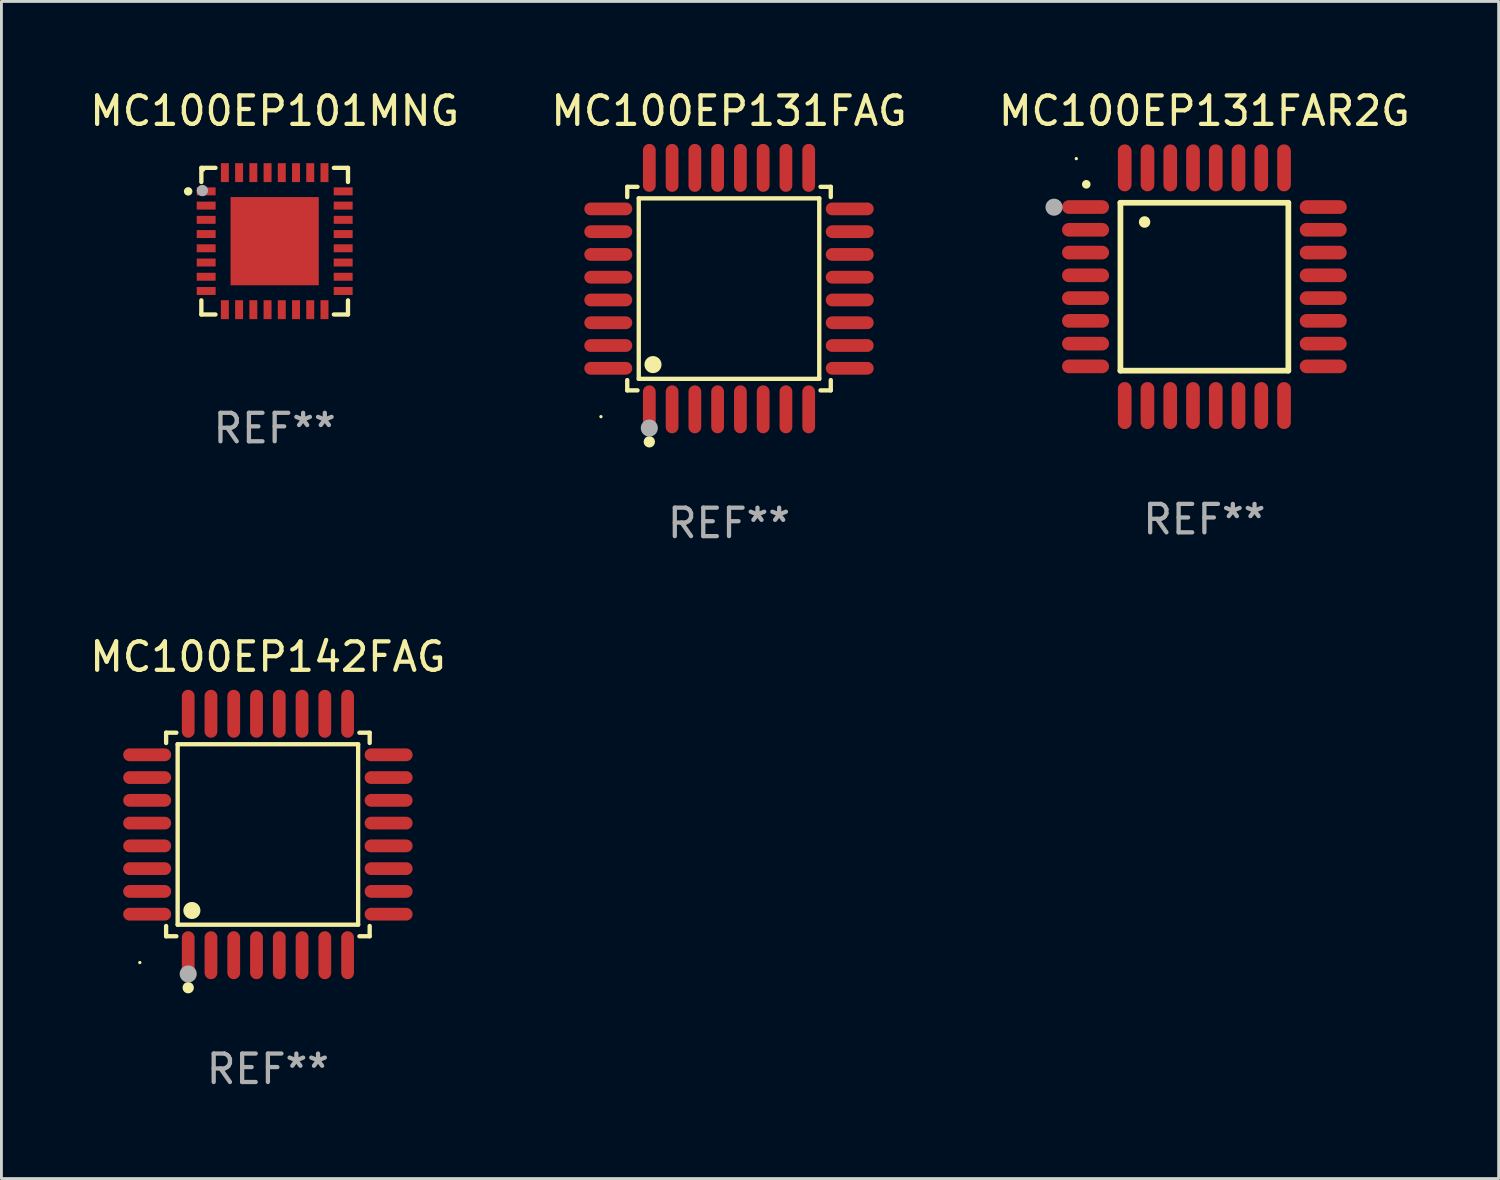
<source format=kicad_pcb>
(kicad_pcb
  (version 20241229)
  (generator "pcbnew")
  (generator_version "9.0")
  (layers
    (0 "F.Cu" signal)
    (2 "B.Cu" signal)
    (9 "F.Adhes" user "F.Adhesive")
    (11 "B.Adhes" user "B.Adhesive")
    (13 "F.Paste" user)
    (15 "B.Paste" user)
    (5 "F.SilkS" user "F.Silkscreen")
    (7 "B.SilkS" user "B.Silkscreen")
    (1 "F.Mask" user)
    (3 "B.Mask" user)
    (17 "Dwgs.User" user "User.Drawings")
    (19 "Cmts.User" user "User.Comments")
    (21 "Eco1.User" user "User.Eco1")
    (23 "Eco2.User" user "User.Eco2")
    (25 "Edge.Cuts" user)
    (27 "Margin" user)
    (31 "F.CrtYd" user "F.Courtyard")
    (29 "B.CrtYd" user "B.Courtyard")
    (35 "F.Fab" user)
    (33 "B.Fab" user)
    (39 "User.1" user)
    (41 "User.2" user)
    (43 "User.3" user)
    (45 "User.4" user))
  (footprint "MC100EP101MNG"
    (layer "F.Cu")
    (at 6.601 5.424)
    (property "Reference" "MC100EP101MNG" (at 0 -4.576 0) (layer "F.SilkS") (effects (font (size 1 1) (thickness 0.15))))
    (attr through_hole)
    (fp_line (start -2.576 -2.576) (end -2.576 -2.08) (stroke (width 0.152) (type solid)) (layer "F.SilkS"))
    (fp_line (start -2.576 2.576) (end -2.576 2.08) (stroke (width 0.152) (type solid)) (layer "F.SilkS"))
    (fp_line (start -2.08 -2.576) (end -2.576 -2.576) (stroke (width 0.152) (type solid)) (layer "F.SilkS"))
    (fp_line (start -2.08 2.576) (end -2.576 2.576) (stroke (width 0.152) (type solid)) (layer "F.SilkS"))
    (fp_line (start 2.08 -2.576) (end 2.576 -2.576) (stroke (width 0.152) (type solid)) (layer "F.SilkS"))
    (fp_line (start 2.08 2.576) (end 2.576 2.576) (stroke (width 0.152) (type solid)) (layer "F.SilkS"))
    (fp_line (start 2.576 -2.576) (end 2.576 -2.08) (stroke (width 0.152) (type solid)) (layer "F.SilkS"))
    (fp_line (start 2.576 2.576) (end 2.576 2.08) (stroke (width 0.152) (type solid)) (layer "F.SilkS"))
    (fp_circle (center -3.04 -1.75) (end -2.965 -1.75) (stroke (width 0.15) (type solid)) (fill no) (layer "F.SilkS"))
    (fp_circle (center -2.5 -2.5) (end -2.47 -2.5) (stroke (width 0.06) (type solid)) (fill no) (layer "F.SilkS"))
    (fp_circle (center -2.54 -1.778) (end -2.44 -1.778) (stroke (width 0.2) (type solid)) (fill no) (layer "F.Fab"))
    (fp_text user "REF**" (at 0 6.576 0) (layer "F.Fab") (effects (font (size 1 1) (thickness 0.15))))
    (pad "1" smd rect (at -2.407 -1.75) (size 0.665 0.28) (layers "F.Cu" "F.Mask" "F.Paste"))
    (pad "2" smd rect (at -2.407 -1.25) (size 0.665 0.28) (layers "F.Cu" "F.Mask" "F.Paste"))
    (pad "3" smd rect (at -2.407 -0.75) (size 0.665 0.28) (layers "F.Cu" "F.Mask" "F.Paste"))
    (pad "4" smd rect (at -2.407 -0.25) (size 0.665 0.28) (layers "F.Cu" "F.Mask" "F.Paste"))
    (pad "5" smd rect (at -2.407 0.25) (size 0.665 0.28) (layers "F.Cu" "F.Mask" "F.Paste"))
    (pad "6" smd rect (at -2.407 0.75) (size 0.665 0.28) (layers "F.Cu" "F.Mask" "F.Paste"))
    (pad "7" smd rect (at -2.407 1.25) (size 0.665 0.28) (layers "F.Cu" "F.Mask" "F.Paste"))
    (pad "8" smd rect (at -2.407 1.75) (size 0.665 0.28) (layers "F.Cu" "F.Mask" "F.Paste"))
    (pad "9" smd rect (at -1.75 2.407) (size 0.28 0.665) (layers "F.Cu" "F.Mask" "F.Paste"))
    (pad "10" smd rect (at -1.25 2.407) (size 0.28 0.665) (layers "F.Cu" "F.Mask" "F.Paste"))
    (pad "11" smd rect (at -0.75 2.407) (size 0.28 0.665) (layers "F.Cu" "F.Mask" "F.Paste"))
    (pad "12" smd rect (at -0.25 2.407) (size 0.28 0.665) (layers "F.Cu" "F.Mask" "F.Paste"))
    (pad "13" smd rect (at 0.25 2.407) (size 0.28 0.665) (layers "F.Cu" "F.Mask" "F.Paste"))
    (pad "14" smd rect (at 0.75 2.407) (size 0.28 0.665) (layers "F.Cu" "F.Mask" "F.Paste"))
    (pad "15" smd rect (at 1.25 2.407) (size 0.28 0.665) (layers "F.Cu" "F.Mask" "F.Paste"))
    (pad "16" smd rect (at 1.75 2.407) (size 0.28 0.665) (layers "F.Cu" "F.Mask" "F.Paste"))
    (pad "17" smd rect (at 2.407 1.75) (size 0.665 0.28) (layers "F.Cu" "F.Mask" "F.Paste"))
    (pad "18" smd rect (at 2.407 1.25) (size 0.665 0.28) (layers "F.Cu" "F.Mask" "F.Paste"))
    (pad "19" smd rect (at 2.407 0.75) (size 0.665 0.28) (layers "F.Cu" "F.Mask" "F.Paste"))
    (pad "20" smd rect (at 2.407 0.25) (size 0.665 0.28) (layers "F.Cu" "F.Mask" "F.Paste"))
    (pad "21" smd rect (at 2.407 -0.25) (size 0.665 0.28) (layers "F.Cu" "F.Mask" "F.Paste"))
    (pad "22" smd rect (at 2.407 -0.75) (size 0.665 0.28) (layers "F.Cu" "F.Mask" "F.Paste"))
    (pad "23" smd rect (at 2.407 -1.25) (size 0.665 0.28) (layers "F.Cu" "F.Mask" "F.Paste"))
    (pad "24" smd rect (at 2.407 -1.75) (size 0.665 0.28) (layers "F.Cu" "F.Mask" "F.Paste"))
    (pad "25" smd rect (at 1.75 -2.408) (size 0.28 0.665) (layers "F.Cu" "F.Mask" "F.Paste"))
    (pad "26" smd rect (at 1.25 -2.408) (size 0.28 0.665) (layers "F.Cu" "F.Mask" "F.Paste"))
    (pad "27" smd rect (at 0.75 -2.408) (size 0.28 0.665) (layers "F.Cu" "F.Mask" "F.Paste"))
    (pad "28" smd rect (at 0.25 -2.408) (size 0.28 0.665) (layers "F.Cu" "F.Mask" "F.Paste"))
    (pad "29" smd rect (at -0.25 -2.408) (size 0.28 0.665) (layers "F.Cu" "F.Mask" "F.Paste"))
    (pad "30" smd rect (at -0.75 -2.408) (size 0.28 0.665) (layers "F.Cu" "F.Mask" "F.Paste"))
    (pad "31" smd rect (at -1.25 -2.408) (size 0.28 0.665) (layers "F.Cu" "F.Mask" "F.Paste"))
    (pad "32" smd rect (at -1.75 -2.408) (size 0.28 0.665) (layers "F.Cu" "F.Mask" "F.Paste"))
    (pad "33" smd rect (at -0.000076 -0.000102) (size 3.1 3.1) (layers "F.Cu" "F.Mask" "F.Paste")))
  (footprint "MC100EP131FAR2G"
    (layer "F.Cu")
    (at 39.268 7.024)
    (property "Reference" "MC100EP131FAR2G" (at 0 -6.176 0) (layer "F.SilkS") (effects (font (size 1 1) (thickness 0.15))))
    (attr through_hole)
    (fp_line (start -2.95 -2.95) (end -2.95 2.95) (stroke (width 0.2) (type solid)) (layer "F.SilkS"))
    (fp_line (start -2.95 2.95) (end 2.95 2.95) (stroke (width 0.2) (type solid)) (layer "F.SilkS"))
    (fp_line (start 2.95 -2.95) (end -2.95 -2.95) (stroke (width 0.2) (type solid)) (layer "F.SilkS"))
    (fp_line (start 2.95 2.95) (end 2.95 -2.95) (stroke (width 0.2) (type solid)) (layer "F.SilkS"))
    (fp_arc (start -4.150178 -3.596622) (mid -4.150183 -3.597892) (end -4.150178 -3.599162) (stroke (width 0.3) (type solid)) (layer "F.SilkS"))
    (fp_arc (start -2.100394 -2.270739) (mid -2.10041 -2.273279) (end -2.100394 -2.275819) (stroke (width 0.4) (type solid)) (layer "F.SilkS"))
    (fp_circle (center -4.5 -4.5) (end -4.47 -4.5) (stroke (width 0.06) (type solid)) (fill no) (layer "F.SilkS"))
    (fp_circle (center -5.283 -2.794) (end -5.133 -2.794) (stroke (width 0.3) (type solid)) (fill no) (layer "F.Fab"))
    (fp_text user "REF**" (at 0 8.176 0) (layer "F.Fab") (effects (font (size 1 1) (thickness 0.15))))
    (pad "1" smd oval (at -4.176 -2.799 90) (size 0.48 1.65) (layers "F.Cu" "F.Mask" "F.Paste"))
    (pad "2" smd oval (at -4.176 -2 90) (size 0.48 1.65) (layers "F.Cu" "F.Mask" "F.Paste"))
    (pad "3" smd oval (at -4.176 -1.2 90) (size 0.48 1.65) (layers "F.Cu" "F.Mask" "F.Paste"))
    (pad "4" smd oval (at -4.176 -0.4 90) (size 0.48 1.65) (layers "F.Cu" "F.Mask" "F.Paste"))
    (pad "5" smd oval (at -4.176 0.4 90) (size 0.48 1.65) (layers "F.Cu" "F.Mask" "F.Paste"))
    (pad "6" smd oval (at -4.176 1.2 90) (size 0.48 1.65) (layers "F.Cu" "F.Mask" "F.Paste"))
    (pad "7" smd oval (at -4.176 2 90) (size 0.48 1.65) (layers "F.Cu" "F.Mask" "F.Paste"))
    (pad "8" smd oval (at -4.176 2.799 90) (size 0.48 1.65) (layers "F.Cu" "F.Mask" "F.Paste"))
    (pad "9" smd oval (at -2.799 4.176) (size 0.48 1.65) (layers "F.Cu" "F.Mask" "F.Paste"))
    (pad "10" smd oval (at -2 4.176) (size 0.48 1.65) (layers "F.Cu" "F.Mask" "F.Paste"))
    (pad "11" smd oval (at -1.2 4.176) (size 0.48 1.65) (layers "F.Cu" "F.Mask" "F.Paste"))
    (pad "12" smd oval (at -0.4 4.176) (size 0.48 1.65) (layers "F.Cu" "F.Mask" "F.Paste"))
    (pad "13" smd oval (at 0.4 4.176) (size 0.48 1.65) (layers "F.Cu" "F.Mask" "F.Paste"))
    (pad "14" smd oval (at 1.2 4.176) (size 0.48 1.65) (layers "F.Cu" "F.Mask" "F.Paste"))
    (pad "15" smd oval (at 2 4.176) (size 0.48 1.65) (layers "F.Cu" "F.Mask" "F.Paste"))
    (pad "16" smd oval (at 2.799 4.176) (size 0.48 1.65) (layers "F.Cu" "F.Mask" "F.Paste"))
    (pad "17" smd oval (at 4.176 2.799 90) (size 0.48 1.65) (layers "F.Cu" "F.Mask" "F.Paste"))
    (pad "18" smd oval (at 4.176 2 90) (size 0.48 1.65) (layers "F.Cu" "F.Mask" "F.Paste"))
    (pad "19" smd oval (at 4.176 1.2 90) (size 0.48 1.65) (layers "F.Cu" "F.Mask" "F.Paste"))
    (pad "20" smd oval (at 4.176 0.4 90) (size 0.48 1.65) (layers "F.Cu" "F.Mask" "F.Paste"))
    (pad "21" smd oval (at 4.176 -0.4 90) (size 0.48 1.65) (layers "F.Cu" "F.Mask" "F.Paste"))
    (pad "22" smd oval (at 4.176 -1.2 90) (size 0.48 1.65) (layers "F.Cu" "F.Mask" "F.Paste"))
    (pad "23" smd oval (at 4.176 -2 90) (size 0.48 1.65) (layers "F.Cu" "F.Mask" "F.Paste"))
    (pad "24" smd oval (at 4.176 -2.799 90) (size 0.48 1.65) (layers "F.Cu" "F.Mask" "F.Paste"))
    (pad "25" smd oval (at 2.799 -4.176) (size 0.48 1.65) (layers "F.Cu" "F.Mask" "F.Paste"))
    (pad "26" smd oval (at 1.999 -4.176) (size 0.48 1.65) (layers "F.Cu" "F.Mask" "F.Paste"))
    (pad "27" smd oval (at 1.199 -4.176) (size 0.48 1.65) (layers "F.Cu" "F.Mask" "F.Paste"))
    (pad "28" smd oval (at 0.399 -4.176) (size 0.48 1.65) (layers "F.Cu" "F.Mask" "F.Paste"))
    (pad "29" smd oval (at -0.399 -4.176) (size 0.48 1.65) (layers "F.Cu" "F.Mask" "F.Paste"))
    (pad "30" smd oval (at -1.199 -4.176) (size 0.48 1.65) (layers "F.Cu" "F.Mask" "F.Paste"))
    (pad "31" smd oval (at -1.999 -4.176) (size 0.48 1.65) (layers "F.Cu" "F.Mask" "F.Paste"))
    (pad "32" smd oval (at -2.799 -4.176) (size 0.48 1.65) (layers "F.Cu" "F.Mask" "F.Paste")))
  (footprint "MC100EP131FAG"
    (layer "F.Cu")
    (at 22.565 7.09)
    (property "Reference" "MC100EP131FAG" (at 0 -6.242 0) (layer "F.SilkS") (effects (font (size 1 1) (thickness 0.15))))
    (attr through_hole)
    (fp_line (start -3.576 -3.576) (end -3.215 -3.576) (stroke (width 0.152) (type solid)) (layer "F.SilkS"))
    (fp_line (start -3.576 -3.215) (end -3.576 -3.576) (stroke (width 0.152) (type solid)) (layer "F.SilkS"))
    (fp_line (start -3.576 3.215) (end -3.576 3.576) (stroke (width 0.152) (type solid)) (layer "F.SilkS"))
    (fp_line (start -3.576 3.576) (end -3.215 3.576) (stroke (width 0.152) (type solid)) (layer "F.SilkS"))
    (fp_line (start -3.171 -3.171) (end 3.171 -3.171) (stroke (width 0.152) (type solid)) (layer "F.SilkS"))
    (fp_line (start -3.171 3.171) (end -3.171 -3.171) (stroke (width 0.152) (type solid)) (layer "F.SilkS"))
    (fp_line (start 3.171 -3.171) (end 3.171 3.171) (stroke (width 0.152) (type solid)) (layer "F.SilkS"))
    (fp_line (start 3.171 3.171) (end -3.171 3.171) (stroke (width 0.152) (type solid)) (layer "F.SilkS"))
    (fp_line (start 3.576 -3.576) (end 3.215 -3.576) (stroke (width 0.152) (type solid)) (layer "F.SilkS"))
    (fp_line (start 3.576 -3.215) (end 3.576 -3.576) (stroke (width 0.152) (type solid)) (layer "F.SilkS"))
    (fp_line (start 3.576 3.215) (end 3.576 3.576) (stroke (width 0.152) (type solid)) (layer "F.SilkS"))
    (fp_line (start 3.576 3.576) (end 3.215 3.576) (stroke (width 0.152) (type solid)) (layer "F.SilkS"))
    (fp_circle (center -4.5 4.5) (end -4.47 4.5) (stroke (width 0.06) (type solid)) (fill no) (layer "F.SilkS"))
    (fp_circle (center -2.8 5.384) (end -2.7 5.384) (stroke (width 0.2) (type solid)) (fill no) (layer "F.SilkS"))
    (fp_circle (center -2.671 2.671) (end -2.521 2.671) (stroke (width 0.3) (type solid)) (fill no) (layer "F.SilkS"))
    (fp_circle (center -2.8 4.9) (end -2.65 4.9) (stroke (width 0.3) (type solid)) (fill no) (layer "F.Fab"))
    (fp_text user "REF**" (at 0 8.242 0) (layer "F.Fab") (effects (font (size 1 1) (thickness 0.15))))
    (pad "1" smd oval (at -2.8 4.242) (size 0.448 1.684) (layers "F.Cu" "F.Mask" "F.Paste"))
    (pad "2" smd oval (at -2 4.242) (size 0.448 1.684) (layers "F.Cu" "F.Mask" "F.Paste"))
    (pad "3" smd oval (at -1.2 4.242) (size 0.448 1.684) (layers "F.Cu" "F.Mask" "F.Paste"))
    (pad "4" smd oval (at -0.4 4.242) (size 0.448 1.684) (layers "F.Cu" "F.Mask" "F.Paste"))
    (pad "5" smd oval (at 0.4 4.242) (size 0.448 1.684) (layers "F.Cu" "F.Mask" "F.Paste"))
    (pad "6" smd oval (at 1.2 4.242) (size 0.448 1.684) (layers "F.Cu" "F.Mask" "F.Paste"))
    (pad "7" smd oval (at 2 4.242) (size 0.448 1.684) (layers "F.Cu" "F.Mask" "F.Paste"))
    (pad "8" smd oval (at 2.8 4.242) (size 0.448 1.684) (layers "F.Cu" "F.Mask" "F.Paste"))
    (pad "9" smd oval (at 4.242 2.8) (size 1.684 0.448) (layers "F.Cu" "F.Mask" "F.Paste"))
    (pad "10" smd oval (at 4.242 2) (size 1.684 0.448) (layers "F.Cu" "F.Mask" "F.Paste"))
    (pad "11" smd oval (at 4.242 1.2) (size 1.684 0.448) (layers "F.Cu" "F.Mask" "F.Paste"))
    (pad "12" smd oval (at 4.242 0.4) (size 1.684 0.448) (layers "F.Cu" "F.Mask" "F.Paste"))
    (pad "13" smd oval (at 4.242 -0.4) (size 1.684 0.448) (layers "F.Cu" "F.Mask" "F.Paste"))
    (pad "14" smd oval (at 4.242 -1.2) (size 1.684 0.448) (layers "F.Cu" "F.Mask" "F.Paste"))
    (pad "15" smd oval (at 4.242 -2) (size 1.684 0.448) (layers "F.Cu" "F.Mask" "F.Paste"))
    (pad "16" smd oval (at 4.242 -2.8) (size 1.684 0.448) (layers "F.Cu" "F.Mask" "F.Paste"))
    (pad "17" smd oval (at 2.8 -4.242) (size 0.448 1.684) (layers "F.Cu" "F.Mask" "F.Paste"))
    (pad "18" smd oval (at 2 -4.242) (size 0.448 1.684) (layers "F.Cu" "F.Mask" "F.Paste"))
    (pad "19" smd oval (at 1.2 -4.242) (size 0.448 1.684) (layers "F.Cu" "F.Mask" "F.Paste"))
    (pad "20" smd oval (at 0.4 -4.242) (size 0.448 1.684) (layers "F.Cu" "F.Mask" "F.Paste"))
    (pad "21" smd oval (at -0.4 -4.242) (size 0.448 1.684) (layers "F.Cu" "F.Mask" "F.Paste"))
    (pad "22" smd oval (at -1.2 -4.242) (size 0.448 1.684) (layers "F.Cu" "F.Mask" "F.Paste"))
    (pad "23" smd oval (at -2 -4.242) (size 0.448 1.684) (layers "F.Cu" "F.Mask" "F.Paste"))
    (pad "24" smd oval (at -2.8 -4.242) (size 0.448 1.684) (layers "F.Cu" "F.Mask" "F.Paste"))
    (pad "25" smd oval (at -4.242 -2.8) (size 1.684 0.448) (layers "F.Cu" "F.Mask" "F.Paste"))
    (pad "26" smd oval (at -4.242 -2) (size 1.684 0.448) (layers "F.Cu" "F.Mask" "F.Paste"))
    (pad "27" smd oval (at -4.242 -1.2) (size 1.684 0.448) (layers "F.Cu" "F.Mask" "F.Paste"))
    (pad "28" smd oval (at -4.242 -0.4) (size 1.684 0.448) (layers "F.Cu" "F.Mask" "F.Paste"))
    (pad "29" smd oval (at -4.242 0.4) (size 1.684 0.448) (layers "F.Cu" "F.Mask" "F.Paste"))
    (pad "30" smd oval (at -4.242 1.2) (size 1.684 0.448) (layers "F.Cu" "F.Mask" "F.Paste"))
    (pad "31" smd oval (at -4.242 2) (size 1.684 0.448) (layers "F.Cu" "F.Mask" "F.Paste"))
    (pad "32" smd oval (at -4.242 2.8) (size 1.684 0.448) (layers "F.Cu" "F.Mask" "F.Paste")))
  (footprint "MC100EP142FAG"
    (layer "F.Cu")
    (at 6.363 26.271)
    (property "Reference" "MC100EP142FAG" (at 0 -6.242 0) (layer "F.SilkS") (effects (font (size 1 1) (thickness 0.15))))
    (attr through_hole)
    (fp_line (start -3.576 -3.576) (end -3.215 -3.576) (stroke (width 0.152) (type solid)) (layer "F.SilkS"))
    (fp_line (start -3.576 -3.215) (end -3.576 -3.576) (stroke (width 0.152) (type solid)) (layer "F.SilkS"))
    (fp_line (start -3.576 3.215) (end -3.576 3.576) (stroke (width 0.152) (type solid)) (layer "F.SilkS"))
    (fp_line (start -3.576 3.576) (end -3.215 3.576) (stroke (width 0.152) (type solid)) (layer "F.SilkS"))
    (fp_line (start -3.171 -3.171) (end 3.171 -3.171) (stroke (width 0.152) (type solid)) (layer "F.SilkS"))
    (fp_line (start -3.171 3.171) (end -3.171 -3.171) (stroke (width 0.152) (type solid)) (layer "F.SilkS"))
    (fp_line (start 3.171 -3.171) (end 3.171 3.171) (stroke (width 0.152) (type solid)) (layer "F.SilkS"))
    (fp_line (start 3.171 3.171) (end -3.171 3.171) (stroke (width 0.152) (type solid)) (layer "F.SilkS"))
    (fp_line (start 3.576 -3.576) (end 3.215 -3.576) (stroke (width 0.152) (type solid)) (layer "F.SilkS"))
    (fp_line (start 3.576 -3.215) (end 3.576 -3.576) (stroke (width 0.152) (type solid)) (layer "F.SilkS"))
    (fp_line (start 3.576 3.215) (end 3.576 3.576) (stroke (width 0.152) (type solid)) (layer "F.SilkS"))
    (fp_line (start 3.576 3.576) (end 3.215 3.576) (stroke (width 0.152) (type solid)) (layer "F.SilkS"))
    (fp_circle (center -4.5 4.5) (end -4.47 4.5) (stroke (width 0.06) (type solid)) (fill no) (layer "F.SilkS"))
    (fp_circle (center -2.8 5.384) (end -2.7 5.384) (stroke (width 0.2) (type solid)) (fill no) (layer "F.SilkS"))
    (fp_circle (center -2.671 2.671) (end -2.521 2.671) (stroke (width 0.3) (type solid)) (fill no) (layer "F.SilkS"))
    (fp_circle (center -2.8 4.9) (end -2.65 4.9) (stroke (width 0.3) (type solid)) (fill no) (layer "F.Fab"))
    (fp_text user "REF**" (at 0 8.242 0) (layer "F.Fab") (effects (font (size 1 1) (thickness 0.15))))
    (pad "1" smd oval (at -2.8 4.242) (size 0.448 1.684) (layers "F.Cu" "F.Mask" "F.Paste"))
    (pad "2" smd oval (at -2 4.242) (size 0.448 1.684) (layers "F.Cu" "F.Mask" "F.Paste"))
    (pad "3" smd oval (at -1.2 4.242) (size 0.448 1.684) (layers "F.Cu" "F.Mask" "F.Paste"))
    (pad "4" smd oval (at -0.4 4.242) (size 0.448 1.684) (layers "F.Cu" "F.Mask" "F.Paste"))
    (pad "5" smd oval (at 0.4 4.242) (size 0.448 1.684) (layers "F.Cu" "F.Mask" "F.Paste"))
    (pad "6" smd oval (at 1.2 4.242) (size 0.448 1.684) (layers "F.Cu" "F.Mask" "F.Paste"))
    (pad "7" smd oval (at 2 4.242) (size 0.448 1.684) (layers "F.Cu" "F.Mask" "F.Paste"))
    (pad "8" smd oval (at 2.8 4.242) (size 0.448 1.684) (layers "F.Cu" "F.Mask" "F.Paste"))
    (pad "9" smd oval (at 4.242 2.8) (size 1.684 0.448) (layers "F.Cu" "F.Mask" "F.Paste"))
    (pad "10" smd oval (at 4.242 2) (size 1.684 0.448) (layers "F.Cu" "F.Mask" "F.Paste"))
    (pad "11" smd oval (at 4.242 1.2) (size 1.684 0.448) (layers "F.Cu" "F.Mask" "F.Paste"))
    (pad "12" smd oval (at 4.242 0.4) (size 1.684 0.448) (layers "F.Cu" "F.Mask" "F.Paste"))
    (pad "13" smd oval (at 4.242 -0.4) (size 1.684 0.448) (layers "F.Cu" "F.Mask" "F.Paste"))
    (pad "14" smd oval (at 4.242 -1.2) (size 1.684 0.448) (layers "F.Cu" "F.Mask" "F.Paste"))
    (pad "15" smd oval (at 4.242 -2) (size 1.684 0.448) (layers "F.Cu" "F.Mask" "F.Paste"))
    (pad "16" smd oval (at 4.242 -2.8) (size 1.684 0.448) (layers "F.Cu" "F.Mask" "F.Paste"))
    (pad "17" smd oval (at 2.8 -4.242) (size 0.448 1.684) (layers "F.Cu" "F.Mask" "F.Paste"))
    (pad "18" smd oval (at 2 -4.242) (size 0.448 1.684) (layers "F.Cu" "F.Mask" "F.Paste"))
    (pad "19" smd oval (at 1.2 -4.242) (size 0.448 1.684) (layers "F.Cu" "F.Mask" "F.Paste"))
    (pad "20" smd oval (at 0.4 -4.242) (size 0.448 1.684) (layers "F.Cu" "F.Mask" "F.Paste"))
    (pad "21" smd oval (at -0.4 -4.242) (size 0.448 1.684) (layers "F.Cu" "F.Mask" "F.Paste"))
    (pad "22" smd oval (at -1.2 -4.242) (size 0.448 1.684) (layers "F.Cu" "F.Mask" "F.Paste"))
    (pad "23" smd oval (at -2 -4.242) (size 0.448 1.684) (layers "F.Cu" "F.Mask" "F.Paste"))
    (pad "24" smd oval (at -2.8 -4.242) (size 0.448 1.684) (layers "F.Cu" "F.Mask" "F.Paste"))
    (pad "25" smd oval (at -4.242 -2.8) (size 1.684 0.448) (layers "F.Cu" "F.Mask" "F.Paste"))
    (pad "26" smd oval (at -4.242 -2) (size 1.684 0.448) (layers "F.Cu" "F.Mask" "F.Paste"))
    (pad "27" smd oval (at -4.242 -1.2) (size 1.684 0.448) (layers "F.Cu" "F.Mask" "F.Paste"))
    (pad "28" smd oval (at -4.242 -0.4) (size 1.684 0.448) (layers "F.Cu" "F.Mask" "F.Paste"))
    (pad "29" smd oval (at -4.242 0.4) (size 1.684 0.448) (layers "F.Cu" "F.Mask" "F.Paste"))
    (pad "30" smd oval (at -4.242 1.2) (size 1.684 0.448) (layers "F.Cu" "F.Mask" "F.Paste"))
    (pad "31" smd oval (at -4.242 2) (size 1.684 0.448) (layers "F.Cu" "F.Mask" "F.Paste"))
    (pad "32" smd oval (at -4.242 2.8) (size 1.684 0.448) (layers "F.Cu" "F.Mask" "F.Paste")))
  (gr_rect
    (start -3 -3)
    (end 49.607 38.361)
    (stroke (width 0.1) (type default))
    (fill no)
    (layer "Edge.Cuts")))
</source>
